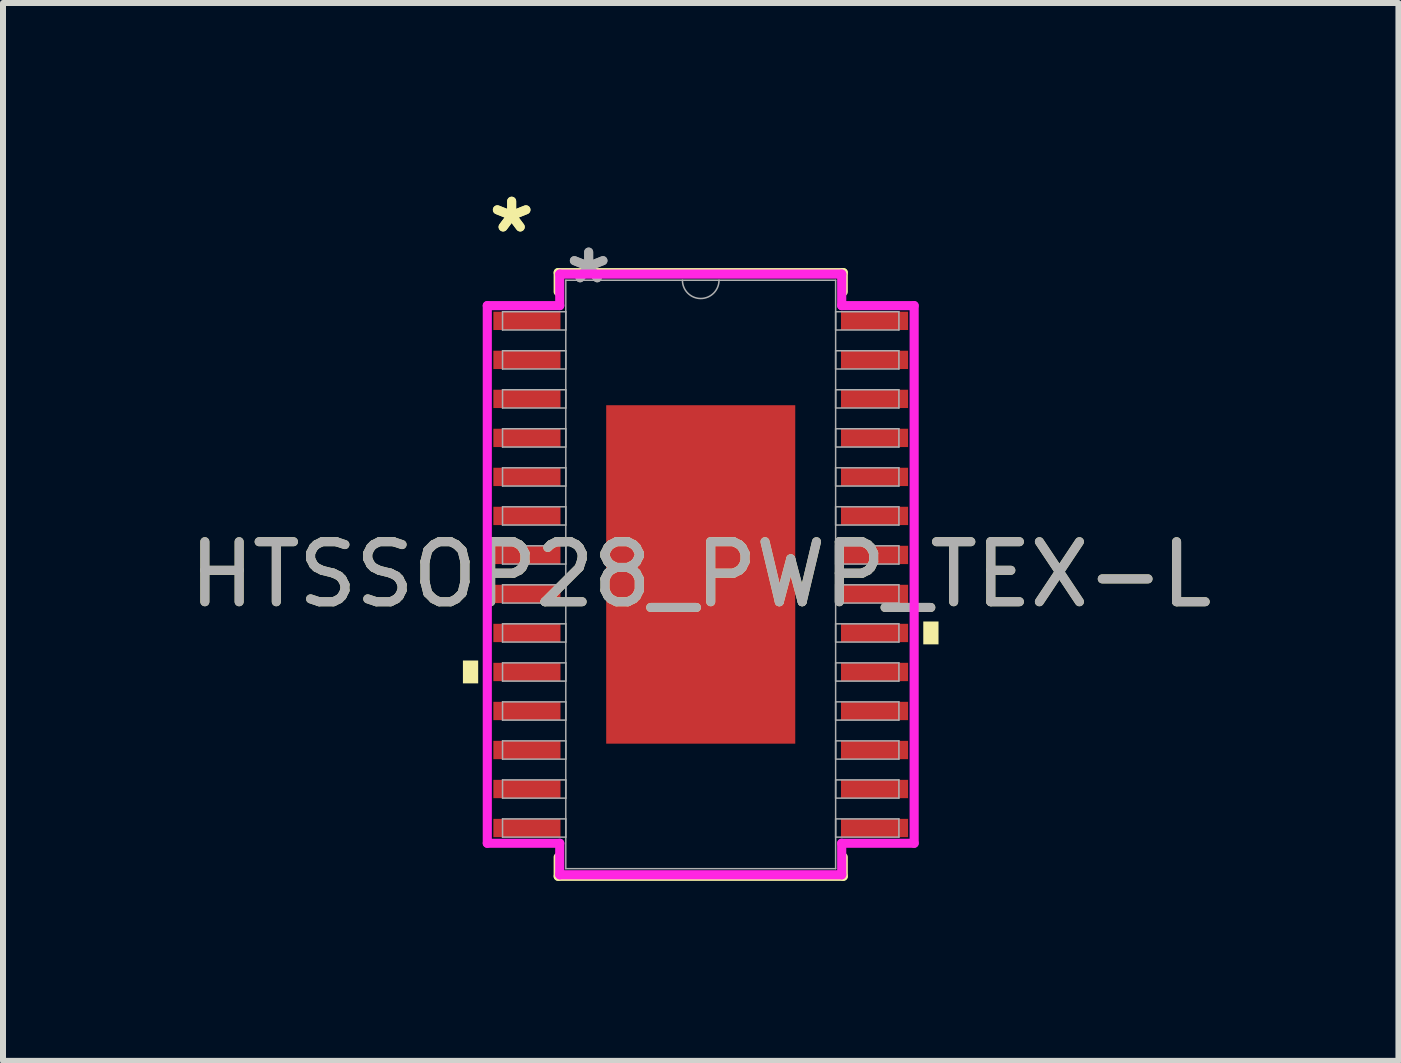
<source format=kicad_pcb>
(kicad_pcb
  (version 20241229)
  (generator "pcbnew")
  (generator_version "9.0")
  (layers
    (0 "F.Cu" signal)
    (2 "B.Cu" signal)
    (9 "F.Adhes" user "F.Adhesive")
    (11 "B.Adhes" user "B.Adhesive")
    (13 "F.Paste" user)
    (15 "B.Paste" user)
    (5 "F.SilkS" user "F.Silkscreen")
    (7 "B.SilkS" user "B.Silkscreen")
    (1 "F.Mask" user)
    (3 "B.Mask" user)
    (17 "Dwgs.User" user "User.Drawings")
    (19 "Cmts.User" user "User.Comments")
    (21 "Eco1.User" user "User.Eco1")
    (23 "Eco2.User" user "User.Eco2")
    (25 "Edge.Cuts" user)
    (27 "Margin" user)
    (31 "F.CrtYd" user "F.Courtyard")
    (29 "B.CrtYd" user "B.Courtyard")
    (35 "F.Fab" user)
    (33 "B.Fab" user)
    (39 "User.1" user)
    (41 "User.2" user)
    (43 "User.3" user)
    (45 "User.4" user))
  (footprint "HTSSOP28_PWP_TEX-L"
    (layer "F.Cu")
    (at 8.625 6.521)
    (property "Reference" "HTSSOP28_PWP_TEX-L" (at 0 0 0) (unlocked yes) (layer "F.SilkS") (effects (font (size 1 1) (thickness 0.15))))
    (attr smd)
    (fp_line (start -2.375 -5.029) (end -2.375 -4.71) (stroke (width 0.152) (type solid)) (layer "F.SilkS"))
    (fp_line (start -2.375 4.71) (end -2.375 5.029) (stroke (width 0.152) (type solid)) (layer "F.SilkS"))
    (fp_line (start -2.375 5.029) (end 2.375 5.029) (stroke (width 0.152) (type solid)) (layer "F.SilkS"))
    (fp_line (start 2.375 -5.029) (end -2.375 -5.029) (stroke (width 0.152) (type solid)) (layer "F.SilkS"))
    (fp_line (start 2.375 -4.71) (end 2.375 -5.029) (stroke (width 0.152) (type solid)) (layer "F.SilkS"))
    (fp_line (start 2.375 5.029) (end 2.375 4.71) (stroke (width 0.152) (type solid)) (layer "F.SilkS"))
    (fp_poly (pts (xy -3.962 1.434) (xy -3.962 1.815) (xy -3.708 1.815) (xy -3.708 1.434)) (stroke (width 0) (type solid)) (fill yes) (layer "F.SilkS"))
    (fp_poly (pts (xy 3.962 0.784) (xy 3.962 1.165) (xy 3.708 1.165) (xy 3.708 0.784)) (stroke (width 0) (type solid)) (fill yes) (layer "F.SilkS"))
    (fp_poly (pts (xy -1.475 -2.719) (xy -1.475 -1.51) (xy -0.1 -1.51) (xy -0.1 -2.719)) (stroke (width 0) (type solid)) (fill yes) (layer "F.Paste"))
    (fp_poly (pts (xy -1.475 -1.31) (xy -1.475 -0.1) (xy -0.1 -0.1) (xy -0.1 -1.31)) (stroke (width 0) (type solid)) (fill yes) (layer "F.Paste"))
    (fp_poly (pts (xy -1.475 0.1) (xy -1.475 1.31) (xy -0.1 1.31) (xy -0.1 0.1)) (stroke (width 0) (type solid)) (fill yes) (layer "F.Paste"))
    (fp_poly (pts (xy -1.475 1.51) (xy -1.475 2.719) (xy -0.1 2.719) (xy -0.1 1.51)) (stroke (width 0) (type solid)) (fill yes) (layer "F.Paste"))
    (fp_poly (pts (xy 0.1 -2.719) (xy 0.1 -1.51) (xy 1.475 -1.51) (xy 1.475 -2.719)) (stroke (width 0) (type solid)) (fill yes) (layer "F.Paste"))
    (fp_poly (pts (xy 0.1 -1.31) (xy 0.1 -0.1) (xy 1.475 -0.1) (xy 1.475 -1.31)) (stroke (width 0) (type solid)) (fill yes) (layer "F.Paste"))
    (fp_poly (pts (xy 0.1 0.1) (xy 0.1 1.31) (xy 1.475 1.31) (xy 1.475 0.1)) (stroke (width 0) (type solid)) (fill yes) (layer "F.Paste"))
    (fp_poly (pts (xy 0.1 1.51) (xy 0.1 2.719) (xy 1.475 2.719) (xy 1.475 1.51)) (stroke (width 0) (type solid)) (fill yes) (layer "F.Paste"))
    (fp_line (start -3.556 -4.479) (end -2.349 -4.479) (stroke (width 0.152) (type solid)) (layer "F.CrtYd"))
    (fp_line (start -3.556 4.479) (end -3.556 -4.479) (stroke (width 0.152) (type solid)) (layer "F.CrtYd"))
    (fp_line (start -3.556 4.479) (end -2.349 4.479) (stroke (width 0.152) (type solid)) (layer "F.CrtYd"))
    (fp_line (start -2.349 -5.004) (end 2.349 -5.004) (stroke (width 0.152) (type solid)) (layer "F.CrtYd"))
    (fp_line (start -2.349 -4.479) (end -2.349 -5.004) (stroke (width 0.152) (type solid)) (layer "F.CrtYd"))
    (fp_line (start -2.349 5.004) (end -2.349 4.479) (stroke (width 0.152) (type solid)) (layer "F.CrtYd"))
    (fp_line (start 2.349 -5.004) (end 2.349 -4.479) (stroke (width 0.152) (type solid)) (layer "F.CrtYd"))
    (fp_line (start 2.349 4.479) (end 2.349 5.004) (stroke (width 0.152) (type solid)) (layer "F.CrtYd"))
    (fp_line (start 2.349 5.004) (end -2.349 5.004) (stroke (width 0.152) (type solid)) (layer "F.CrtYd"))
    (fp_line (start 3.556 -4.479) (end 2.349 -4.479) (stroke (width 0.152) (type solid)) (layer "F.CrtYd"))
    (fp_line (start 3.556 -4.479) (end 3.556 4.479) (stroke (width 0.152) (type solid)) (layer "F.CrtYd"))
    (fp_line (start 3.556 4.479) (end 2.349 4.479) (stroke (width 0.152) (type solid)) (layer "F.CrtYd"))
    (fp_line (start -3.302 -4.377) (end -3.302 -4.073) (stroke (width 0.025) (type solid)) (layer "F.Fab"))
    (fp_line (start -3.302 -4.073) (end -2.248 -4.073) (stroke (width 0.025) (type solid)) (layer "F.Fab"))
    (fp_line (start -3.302 -3.727) (end -3.302 -3.423) (stroke (width 0.025) (type solid)) (layer "F.Fab"))
    (fp_line (start -3.302 -3.423) (end -2.248 -3.423) (stroke (width 0.025) (type solid)) (layer "F.Fab"))
    (fp_line (start -3.302 -3.077) (end -3.302 -2.773) (stroke (width 0.025) (type solid)) (layer "F.Fab"))
    (fp_line (start -3.302 -2.773) (end -2.248 -2.773) (stroke (width 0.025) (type solid)) (layer "F.Fab"))
    (fp_line (start -3.302 -2.427) (end -3.302 -2.123) (stroke (width 0.025) (type solid)) (layer "F.Fab"))
    (fp_line (start -3.302 -2.123) (end -2.248 -2.123) (stroke (width 0.025) (type solid)) (layer "F.Fab"))
    (fp_line (start -3.302 -1.777) (end -3.302 -1.473) (stroke (width 0.025) (type solid)) (layer "F.Fab"))
    (fp_line (start -3.302 -1.473) (end -2.248 -1.473) (stroke (width 0.025) (type solid)) (layer "F.Fab"))
    (fp_line (start -3.302 -1.127) (end -3.302 -0.823) (stroke (width 0.025) (type solid)) (layer "F.Fab"))
    (fp_line (start -3.302 -0.823) (end -2.248 -0.823) (stroke (width 0.025) (type solid)) (layer "F.Fab"))
    (fp_line (start -3.302 -0.477) (end -3.302 -0.173) (stroke (width 0.025) (type solid)) (layer "F.Fab"))
    (fp_line (start -3.302 -0.173) (end -2.248 -0.173) (stroke (width 0.025) (type solid)) (layer "F.Fab"))
    (fp_line (start -3.302 0.173) (end -3.302 0.477) (stroke (width 0.025) (type solid)) (layer "F.Fab"))
    (fp_line (start -3.302 0.477) (end -2.248 0.477) (stroke (width 0.025) (type solid)) (layer "F.Fab"))
    (fp_line (start -3.302 0.823) (end -3.302 1.127) (stroke (width 0.025) (type solid)) (layer "F.Fab"))
    (fp_line (start -3.302 1.127) (end -2.248 1.127) (stroke (width 0.025) (type solid)) (layer "F.Fab"))
    (fp_line (start -3.302 1.473) (end -3.302 1.777) (stroke (width 0.025) (type solid)) (layer "F.Fab"))
    (fp_line (start -3.302 1.777) (end -2.248 1.777) (stroke (width 0.025) (type solid)) (layer "F.Fab"))
    (fp_line (start -3.302 2.123) (end -3.302 2.427) (stroke (width 0.025) (type solid)) (layer "F.Fab"))
    (fp_line (start -3.302 2.427) (end -2.248 2.427) (stroke (width 0.025) (type solid)) (layer "F.Fab"))
    (fp_line (start -3.302 2.773) (end -3.302 3.077) (stroke (width 0.025) (type solid)) (layer "F.Fab"))
    (fp_line (start -3.302 3.077) (end -2.248 3.077) (stroke (width 0.025) (type solid)) (layer "F.Fab"))
    (fp_line (start -3.302 3.423) (end -3.302 3.727) (stroke (width 0.025) (type solid)) (layer "F.Fab"))
    (fp_line (start -3.302 3.727) (end -2.248 3.727) (stroke (width 0.025) (type solid)) (layer "F.Fab"))
    (fp_line (start -3.302 4.073) (end -3.302 4.377) (stroke (width 0.025) (type solid)) (layer "F.Fab"))
    (fp_line (start -3.302 4.377) (end -2.248 4.377) (stroke (width 0.025) (type solid)) (layer "F.Fab"))
    (fp_line (start -2.248 -4.902) (end -2.248 4.902) (stroke (width 0.025) (type solid)) (layer "F.Fab"))
    (fp_line (start -2.248 -4.377) (end -3.302 -4.377) (stroke (width 0.025) (type solid)) (layer "F.Fab"))
    (fp_line (start -2.248 -4.073) (end -2.248 -4.377) (stroke (width 0.025) (type solid)) (layer "F.Fab"))
    (fp_line (start -2.248 -3.727) (end -3.302 -3.727) (stroke (width 0.025) (type solid)) (layer "F.Fab"))
    (fp_line (start -2.248 -3.423) (end -2.248 -3.727) (stroke (width 0.025) (type solid)) (layer "F.Fab"))
    (fp_line (start -2.248 -3.077) (end -3.302 -3.077) (stroke (width 0.025) (type solid)) (layer "F.Fab"))
    (fp_line (start -2.248 -2.773) (end -2.248 -3.077) (stroke (width 0.025) (type solid)) (layer "F.Fab"))
    (fp_line (start -2.248 -2.427) (end -3.302 -2.427) (stroke (width 0.025) (type solid)) (layer "F.Fab"))
    (fp_line (start -2.248 -2.123) (end -2.248 -2.427) (stroke (width 0.025) (type solid)) (layer "F.Fab"))
    (fp_line (start -2.248 -1.777) (end -3.302 -1.777) (stroke (width 0.025) (type solid)) (layer "F.Fab"))
    (fp_line (start -2.248 -1.473) (end -2.248 -1.777) (stroke (width 0.025) (type solid)) (layer "F.Fab"))
    (fp_line (start -2.248 -1.127) (end -3.302 -1.127) (stroke (width 0.025) (type solid)) (layer "F.Fab"))
    (fp_line (start -2.248 -0.823) (end -2.248 -1.127) (stroke (width 0.025) (type solid)) (layer "F.Fab"))
    (fp_line (start -2.248 -0.477) (end -3.302 -0.477) (stroke (width 0.025) (type solid)) (layer "F.Fab"))
    (fp_line (start -2.248 -0.173) (end -2.248 -0.477) (stroke (width 0.025) (type solid)) (layer "F.Fab"))
    (fp_line (start -2.248 0.173) (end -3.302 0.173) (stroke (width 0.025) (type solid)) (layer "F.Fab"))
    (fp_line (start -2.248 0.477) (end -2.248 0.173) (stroke (width 0.025) (type solid)) (layer "F.Fab"))
    (fp_line (start -2.248 0.823) (end -3.302 0.823) (stroke (width 0.025) (type solid)) (layer "F.Fab"))
    (fp_line (start -2.248 1.127) (end -2.248 0.823) (stroke (width 0.025) (type solid)) (layer "F.Fab"))
    (fp_line (start -2.248 1.473) (end -3.302 1.473) (stroke (width 0.025) (type solid)) (layer "F.Fab"))
    (fp_line (start -2.248 1.777) (end -2.248 1.473) (stroke (width 0.025) (type solid)) (layer "F.Fab"))
    (fp_line (start -2.248 2.123) (end -3.302 2.123) (stroke (width 0.025) (type solid)) (layer "F.Fab"))
    (fp_line (start -2.248 2.427) (end -2.248 2.123) (stroke (width 0.025) (type solid)) (layer "F.Fab"))
    (fp_line (start -2.248 2.773) (end -3.302 2.773) (stroke (width 0.025) (type solid)) (layer "F.Fab"))
    (fp_line (start -2.248 3.077) (end -2.248 2.773) (stroke (width 0.025) (type solid)) (layer "F.Fab"))
    (fp_line (start -2.248 3.423) (end -3.302 3.423) (stroke (width 0.025) (type solid)) (layer "F.Fab"))
    (fp_line (start -2.248 3.727) (end -2.248 3.423) (stroke (width 0.025) (type solid)) (layer "F.Fab"))
    (fp_line (start -2.248 4.073) (end -3.302 4.073) (stroke (width 0.025) (type solid)) (layer "F.Fab"))
    (fp_line (start -2.248 4.377) (end -2.248 4.073) (stroke (width 0.025) (type solid)) (layer "F.Fab"))
    (fp_line (start -2.248 4.902) (end 2.248 4.902) (stroke (width 0.025) (type solid)) (layer "F.Fab"))
    (fp_line (start 2.248 -4.902) (end -2.248 -4.902) (stroke (width 0.025) (type solid)) (layer "F.Fab"))
    (fp_line (start 2.248 -4.377) (end 2.248 -4.073) (stroke (width 0.025) (type solid)) (layer "F.Fab"))
    (fp_line (start 2.248 -4.073) (end 3.302 -4.073) (stroke (width 0.025) (type solid)) (layer "F.Fab"))
    (fp_line (start 2.248 -3.727) (end 2.248 -3.423) (stroke (width 0.025) (type solid)) (layer "F.Fab"))
    (fp_line (start 2.248 -3.423) (end 3.302 -3.423) (stroke (width 0.025) (type solid)) (layer "F.Fab"))
    (fp_line (start 2.248 -3.077) (end 2.248 -2.773) (stroke (width 0.025) (type solid)) (layer "F.Fab"))
    (fp_line (start 2.248 -2.773) (end 3.302 -2.773) (stroke (width 0.025) (type solid)) (layer "F.Fab"))
    (fp_line (start 2.248 -2.427) (end 2.248 -2.123) (stroke (width 0.025) (type solid)) (layer "F.Fab"))
    (fp_line (start 2.248 -2.123) (end 3.302 -2.123) (stroke (width 0.025) (type solid)) (layer "F.Fab"))
    (fp_line (start 2.248 -1.777) (end 2.248 -1.473) (stroke (width 0.025) (type solid)) (layer "F.Fab"))
    (fp_line (start 2.248 -1.473) (end 3.302 -1.473) (stroke (width 0.025) (type solid)) (layer "F.Fab"))
    (fp_line (start 2.248 -1.127) (end 2.248 -0.823) (stroke (width 0.025) (type solid)) (layer "F.Fab"))
    (fp_line (start 2.248 -0.823) (end 3.302 -0.823) (stroke (width 0.025) (type solid)) (layer "F.Fab"))
    (fp_line (start 2.248 -0.477) (end 2.248 -0.173) (stroke (width 0.025) (type solid)) (layer "F.Fab"))
    (fp_line (start 2.248 -0.173) (end 3.302 -0.173) (stroke (width 0.025) (type solid)) (layer "F.Fab"))
    (fp_line (start 2.248 0.173) (end 2.248 0.477) (stroke (width 0.025) (type solid)) (layer "F.Fab"))
    (fp_line (start 2.248 0.477) (end 3.302 0.477) (stroke (width 0.025) (type solid)) (layer "F.Fab"))
    (fp_line (start 2.248 0.823) (end 2.248 1.127) (stroke (width 0.025) (type solid)) (layer "F.Fab"))
    (fp_line (start 2.248 1.127) (end 3.302 1.127) (stroke (width 0.025) (type solid)) (layer "F.Fab"))
    (fp_line (start 2.248 1.473) (end 2.248 1.777) (stroke (width 0.025) (type solid)) (layer "F.Fab"))
    (fp_line (start 2.248 1.777) (end 3.302 1.777) (stroke (width 0.025) (type solid)) (layer "F.Fab"))
    (fp_line (start 2.248 2.123) (end 2.248 2.427) (stroke (width 0.025) (type solid)) (layer "F.Fab"))
    (fp_line (start 2.248 2.427) (end 3.302 2.427) (stroke (width 0.025) (type solid)) (layer "F.Fab"))
    (fp_line (start 2.248 2.773) (end 2.248 3.077) (stroke (width 0.025) (type solid)) (layer "F.Fab"))
    (fp_line (start 2.248 3.077) (end 3.302 3.077) (stroke (width 0.025) (type solid)) (layer "F.Fab"))
    (fp_line (start 2.248 3.423) (end 2.248 3.727) (stroke (width 0.025) (type solid)) (layer "F.Fab"))
    (fp_line (start 2.248 3.727) (end 3.302 3.727) (stroke (width 0.025) (type solid)) (layer "F.Fab"))
    (fp_line (start 2.248 4.073) (end 2.248 4.377) (stroke (width 0.025) (type solid)) (layer "F.Fab"))
    (fp_line (start 2.248 4.377) (end 3.302 4.377) (stroke (width 0.025) (type solid)) (layer "F.Fab"))
    (fp_line (start 2.248 4.902) (end 2.248 -4.902) (stroke (width 0.025) (type solid)) (layer "F.Fab"))
    (fp_line (start 3.302 -4.377) (end 2.248 -4.377) (stroke (width 0.025) (type solid)) (layer "F.Fab"))
    (fp_line (start 3.302 -4.073) (end 3.302 -4.377) (stroke (width 0.025) (type solid)) (layer "F.Fab"))
    (fp_line (start 3.302 -3.727) (end 2.248 -3.727) (stroke (width 0.025) (type solid)) (layer "F.Fab"))
    (fp_line (start 3.302 -3.423) (end 3.302 -3.727) (stroke (width 0.025) (type solid)) (layer "F.Fab"))
    (fp_line (start 3.302 -3.077) (end 2.248 -3.077) (stroke (width 0.025) (type solid)) (layer "F.Fab"))
    (fp_line (start 3.302 -2.773) (end 3.302 -3.077) (stroke (width 0.025) (type solid)) (layer "F.Fab"))
    (fp_line (start 3.302 -2.427) (end 2.248 -2.427) (stroke (width 0.025) (type solid)) (layer "F.Fab"))
    (fp_line (start 3.302 -2.123) (end 3.302 -2.427) (stroke (width 0.025) (type solid)) (layer "F.Fab"))
    (fp_line (start 3.302 -1.777) (end 2.248 -1.777) (stroke (width 0.025) (type solid)) (layer "F.Fab"))
    (fp_line (start 3.302 -1.473) (end 3.302 -1.777) (stroke (width 0.025) (type solid)) (layer "F.Fab"))
    (fp_line (start 3.302 -1.127) (end 2.248 -1.127) (stroke (width 0.025) (type solid)) (layer "F.Fab"))
    (fp_line (start 3.302 -0.823) (end 3.302 -1.127) (stroke (width 0.025) (type solid)) (layer "F.Fab"))
    (fp_line (start 3.302 -0.477) (end 2.248 -0.477) (stroke (width 0.025) (type solid)) (layer "F.Fab"))
    (fp_line (start 3.302 -0.173) (end 3.302 -0.477) (stroke (width 0.025) (type solid)) (layer "F.Fab"))
    (fp_line (start 3.302 0.173) (end 2.248 0.173) (stroke (width 0.025) (type solid)) (layer "F.Fab"))
    (fp_line (start 3.302 0.477) (end 3.302 0.173) (stroke (width 0.025) (type solid)) (layer "F.Fab"))
    (fp_line (start 3.302 0.823) (end 2.248 0.823) (stroke (width 0.025) (type solid)) (layer "F.Fab"))
    (fp_line (start 3.302 1.127) (end 3.302 0.823) (stroke (width 0.025) (type solid)) (layer "F.Fab"))
    (fp_line (start 3.302 1.473) (end 2.248 1.473) (stroke (width 0.025) (type solid)) (layer "F.Fab"))
    (fp_line (start 3.302 1.777) (end 3.302 1.473) (stroke (width 0.025) (type solid)) (layer "F.Fab"))
    (fp_line (start 3.302 2.123) (end 2.248 2.123) (stroke (width 0.025) (type solid)) (layer "F.Fab"))
    (fp_line (start 3.302 2.427) (end 3.302 2.123) (stroke (width 0.025) (type solid)) (layer "F.Fab"))
    (fp_line (start 3.302 2.773) (end 2.248 2.773) (stroke (width 0.025) (type solid)) (layer "F.Fab"))
    (fp_line (start 3.302 3.077) (end 3.302 2.773) (stroke (width 0.025) (type solid)) (layer "F.Fab"))
    (fp_line (start 3.302 3.423) (end 2.248 3.423) (stroke (width 0.025) (type solid)) (layer "F.Fab"))
    (fp_line (start 3.302 3.727) (end 3.302 3.423) (stroke (width 0.025) (type solid)) (layer "F.Fab"))
    (fp_line (start 3.302 4.073) (end 2.248 4.073) (stroke (width 0.025) (type solid)) (layer "F.Fab"))
    (fp_line (start 3.302 4.377) (end 3.302 4.073) (stroke (width 0.025) (type solid)) (layer "F.Fab"))
    (fp_arc (start 0.3048 -4.9022) (mid 0 -4.5974) (end -0.3048 -4.9022) (stroke (width 0.0254) (type solid)) (layer "F.Fab"))
    (fp_text user "*" (at -3.15 -5.673 0) (layer "F.SilkS") (effects (font (size 1 1) (thickness 0.15))))
    (fp_text user "*" (at -3.15 -5.673 0) (unlocked yes) (layer "F.SilkS") (effects (font (size 1 1) (thickness 0.15))))
    (fp_text user "*" (at -1.867 -4.826 0) (unlocked yes) (layer "F.Fab") (effects (font (size 1 1) (thickness 0.15))))
    (fp_text user "*" (at -1.867 -4.826 0) (layer "F.Fab") (effects (font (size 1 1) (thickness 0.15))))
    (fp_text user "${REFERENCE}" (at 0 0 0) (unlocked yes) (layer "F.Fab") (effects (font (size 1 1) (thickness 0.15))))
    (pad "1" smd rect (at -2.896 -4.225) (size 1.118 0.305) (layers "F.Cu" "F.Mask" "F.Paste"))
    (pad "2" smd rect (at -2.896 -3.575) (size 1.118 0.305) (layers "F.Cu" "F.Mask" "F.Paste"))
    (pad "3" smd rect (at -2.896 -2.925) (size 1.118 0.305) (layers "F.Cu" "F.Mask" "F.Paste"))
    (pad "4" smd rect (at -2.896 -2.275) (size 1.118 0.305) (layers "F.Cu" "F.Mask" "F.Paste"))
    (pad "5" smd rect (at -2.896 -1.625) (size 1.118 0.305) (layers "F.Cu" "F.Mask" "F.Paste"))
    (pad "6" smd rect (at -2.896 -0.975) (size 1.118 0.305) (layers "F.Cu" "F.Mask" "F.Paste"))
    (pad "7" smd rect (at -2.896 -0.325) (size 1.118 0.305) (layers "F.Cu" "F.Mask" "F.Paste"))
    (pad "8" smd rect (at -2.896 0.325) (size 1.118 0.305) (layers "F.Cu" "F.Mask" "F.Paste"))
    (pad "9" smd rect (at -2.896 0.975) (size 1.118 0.305) (layers "F.Cu" "F.Mask" "F.Paste"))
    (pad "10" smd rect (at -2.896 1.625) (size 1.118 0.305) (layers "F.Cu" "F.Mask" "F.Paste"))
    (pad "11" smd rect (at -2.896 2.275) (size 1.118 0.305) (layers "F.Cu" "F.Mask" "F.Paste"))
    (pad "12" smd rect (at -2.896 2.925) (size 1.118 0.305) (layers "F.Cu" "F.Mask" "F.Paste"))
    (pad "13" smd rect (at -2.896 3.575) (size 1.118 0.305) (layers "F.Cu" "F.Mask" "F.Paste"))
    (pad "14" smd rect (at -2.896 4.225) (size 1.118 0.305) (layers "F.Cu" "F.Mask" "F.Paste"))
    (pad "15" smd rect (at 2.896 4.225) (size 1.118 0.305) (layers "F.Cu" "F.Mask" "F.Paste"))
    (pad "16" smd rect (at 2.896 3.575) (size 1.118 0.305) (layers "F.Cu" "F.Mask" "F.Paste"))
    (pad "17" smd rect (at 2.896 2.925) (size 1.118 0.305) (layers "F.Cu" "F.Mask" "F.Paste"))
    (pad "18" smd rect (at 2.896 2.275) (size 1.118 0.305) (layers "F.Cu" "F.Mask" "F.Paste"))
    (pad "19" smd rect (at 2.896 1.625) (size 1.118 0.305) (layers "F.Cu" "F.Mask" "F.Paste"))
    (pad "20" smd rect (at 2.896 0.975) (size 1.118 0.305) (layers "F.Cu" "F.Mask" "F.Paste"))
    (pad "21" smd rect (at 2.896 0.325) (size 1.118 0.305) (layers "F.Cu" "F.Mask" "F.Paste"))
    (pad "22" smd rect (at 2.896 -0.325) (size 1.118 0.305) (layers "F.Cu" "F.Mask" "F.Paste"))
    (pad "23" smd rect (at 2.896 -0.975) (size 1.118 0.305) (layers "F.Cu" "F.Mask" "F.Paste"))
    (pad "24" smd rect (at 2.896 -1.625) (size 1.118 0.305) (layers "F.Cu" "F.Mask" "F.Paste"))
    (pad "25" smd rect (at 2.896 -2.275) (size 1.118 0.305) (layers "F.Cu" "F.Mask" "F.Paste"))
    (pad "26" smd rect (at 2.896 -2.925) (size 1.118 0.305) (layers "F.Cu" "F.Mask" "F.Paste"))
    (pad "27" smd rect (at 2.896 -3.575) (size 1.118 0.305) (layers "F.Cu" "F.Mask" "F.Paste"))
    (pad "28" smd rect (at 2.896 -4.225) (size 1.118 0.305) (layers "F.Cu" "F.Mask" "F.Paste"))
    (pad "EPAD" smd rect (at 0 0) (size 3.15 5.639) (layers "F.Cu" "F.Mask")))
  (gr_rect
    (start -3 -3)
    (end 20.25 14.626)
    (stroke (width 0.1) (type default))
    (fill no)
    (layer "Edge.Cuts")))
</source>
